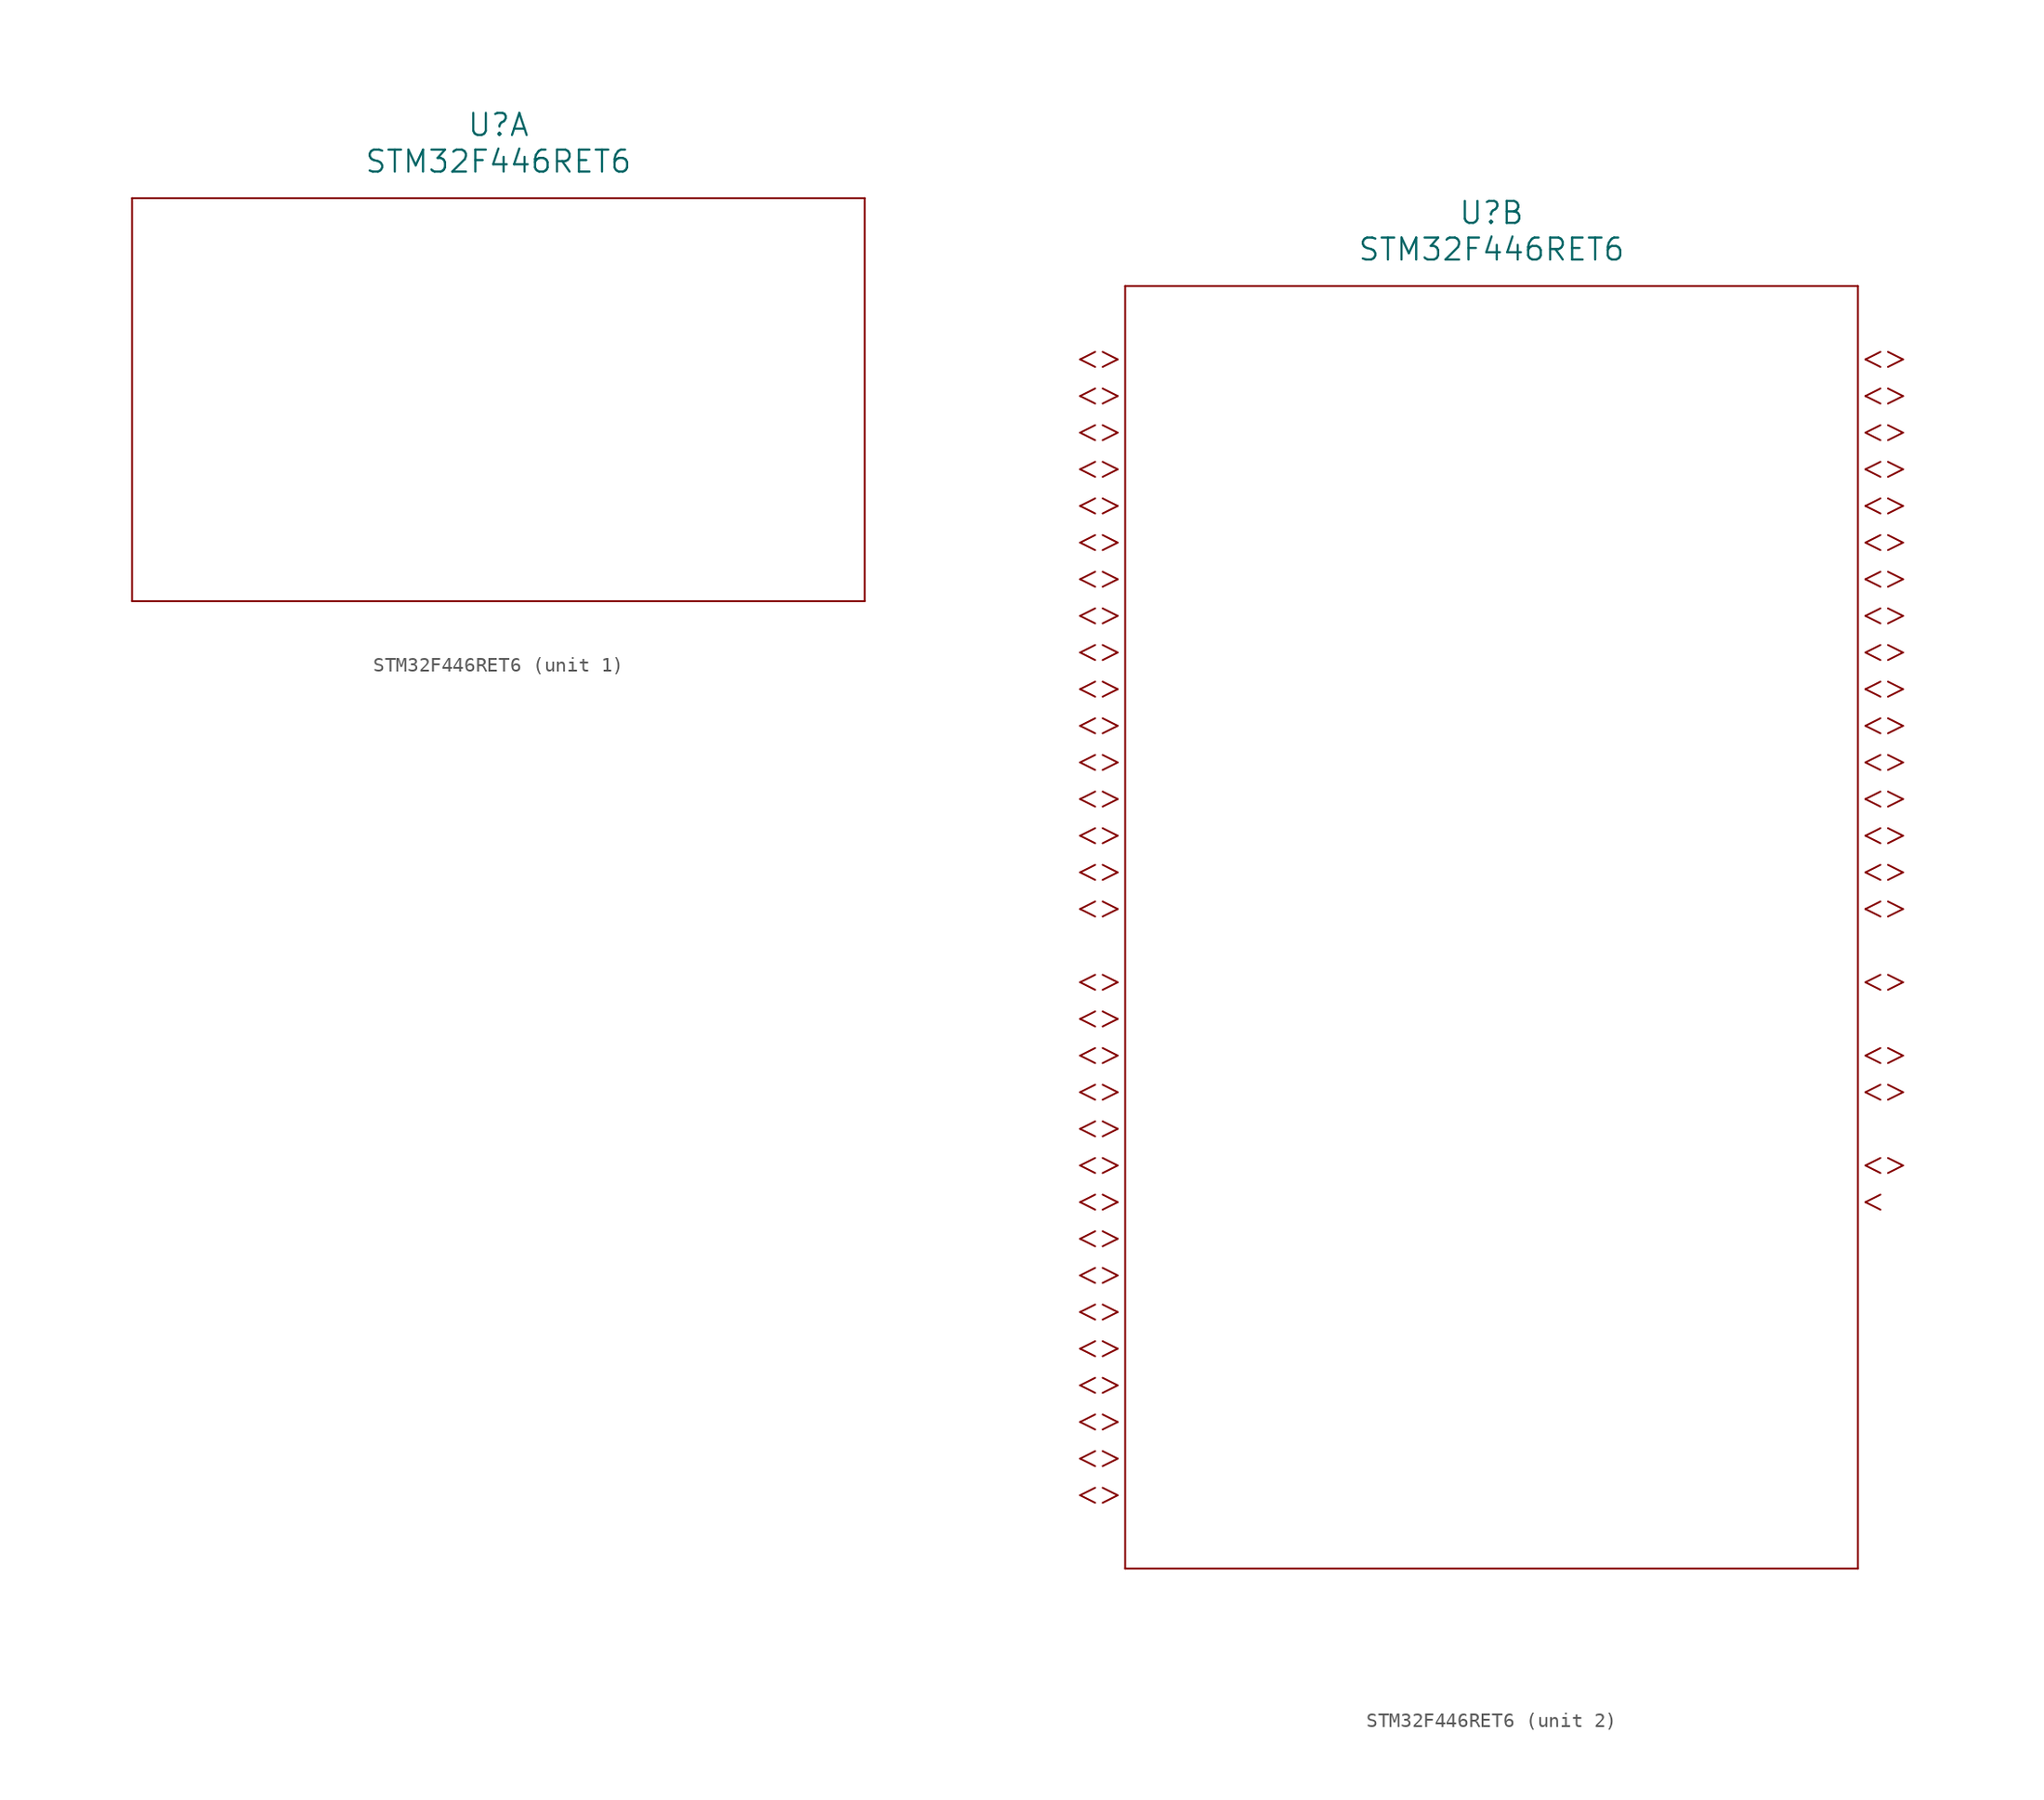
<source format=kicad_sym>
(kicad_symbol_lib
  (version 20211014)
  (generator kicad_symbol_editor)
  (symbol "STM32F446RET6"
    (pin_names
      (offset 0.254))
    (property "Reference" "U"
      (at 33.02 10.16 0)
      (effects (font (size 1.524 1.524))))
    (property "Value" "STM32F446RET6"
      (at 33.02 7.62 0)
      (effects (font (size 1.524 1.524))))
    (symbol "STM32F446RET6_1_1"
      (polyline (pts (xy 7.62 5.08) (xy 7.62 -22.86)) (stroke (width 0.127) (type default) (color 0 0 0 0)) (fill (type none)))
      (polyline (pts (xy 7.62 -22.86) (xy 58.42 -22.86)) (stroke (width 0.127) (type default) (color 0 0 0 0)) (fill (type none)))
      (polyline (pts (xy 58.42 -22.86) (xy 58.42 5.08)) (stroke (width 0.127) (type default) (color 0 0 0 0)) (fill (type none)))
      (polyline (pts (xy 58.42 5.08) (xy 7.62 5.08)) (stroke (width 0.127) (type default) (color 0 0 0 0)) (fill (type none))))
    (symbol "STM32F446RET6_2_1"
      (polyline (pts (xy 7.099 0) (xy 6.058 0.521)) (stroke (width 0.127) (type default) (color 0 0 0 0)) (fill (type none)))
      (polyline (pts (xy 7.099 0) (xy 6.058 -0.521)) (stroke (width 0.127) (type default) (color 0 0 0 0)) (fill (type none)))
      (polyline (pts (xy 5.537 0.521) (xy 4.496 0)) (stroke (width 0.127) (type default) (color 0 0 0 0)) (fill (type none)))
      (polyline (pts (xy 5.537 -0.521) (xy 4.496 0)) (stroke (width 0.127) (type default) (color 0 0 0 0)) (fill (type none)))
      (polyline (pts (xy 7.099 -2.54) (xy 6.058 -2.019)) (stroke (width 0.127) (type default) (color 0 0 0 0)) (fill (type none)))
      (polyline (pts (xy 7.099 -2.54) (xy 6.058 -3.061)) (stroke (width 0.127) (type default) (color 0 0 0 0)) (fill (type none)))
      (polyline (pts (xy 5.537 -2.019) (xy 4.496 -2.54)) (stroke (width 0.127) (type default) (color 0 0 0 0)) (fill (type none)))
      (polyline (pts (xy 5.537 -3.061) (xy 4.496 -2.54)) (stroke (width 0.127) (type default) (color 0 0 0 0)) (fill (type none)))
      (polyline (pts (xy 7.099 -5.08) (xy 6.058 -4.559)) (stroke (width 0.127) (type default) (color 0 0 0 0)) (fill (type none)))
      (polyline (pts (xy 7.099 -5.08) (xy 6.058 -5.601)) (stroke (width 0.127) (type default) (color 0 0 0 0)) (fill (type none)))
      (polyline (pts (xy 5.537 -4.559) (xy 4.496 -5.08)) (stroke (width 0.127) (type default) (color 0 0 0 0)) (fill (type none)))
      (polyline (pts (xy 5.537 -5.601) (xy 4.496 -5.08)) (stroke (width 0.127) (type default) (color 0 0 0 0)) (fill (type none)))
      (polyline (pts (xy 7.099 -7.62) (xy 6.058 -7.099)) (stroke (width 0.127) (type default) (color 0 0 0 0)) (fill (type none)))
      (polyline (pts (xy 7.099 -7.62) (xy 6.058 -8.141)) (stroke (width 0.127) (type default) (color 0 0 0 0)) (fill (type none)))
      (polyline (pts (xy 5.537 -7.099) (xy 4.496 -7.62)) (stroke (width 0.127) (type default) (color 0 0 0 0)) (fill (type none)))
      (polyline (pts (xy 5.537 -8.141) (xy 4.496 -7.62)) (stroke (width 0.127) (type default) (color 0 0 0 0)) (fill (type none)))
      (polyline (pts (xy 7.099 -10.16) (xy 6.058 -9.639)) (stroke (width 0.127) (type default) (color 0 0 0 0)) (fill (type none)))
      (polyline (pts (xy 7.099 -10.16) (xy 6.058 -10.681)) (stroke (width 0.127) (type default) (color 0 0 0 0)) (fill (type none)))
      (polyline (pts (xy 5.537 -9.639) (xy 4.496 -10.16)) (stroke (width 0.127) (type default) (color 0 0 0 0)) (fill (type none)))
      (polyline (pts (xy 5.537 -10.681) (xy 4.496 -10.16)) (stroke (width 0.127) (type default) (color 0 0 0 0)) (fill (type none)))
      (polyline (pts (xy 7.099 -12.7) (xy 6.058 -12.179)) (stroke (width 0.127) (type default) (color 0 0 0 0)) (fill (type none)))
      (polyline (pts (xy 7.099 -12.7) (xy 6.058 -13.221)) (stroke (width 0.127) (type default) (color 0 0 0 0)) (fill (type none)))
      (polyline (pts (xy 5.537 -12.179) (xy 4.496 -12.7)) (stroke (width 0.127) (type default) (color 0 0 0 0)) (fill (type none)))
      (polyline (pts (xy 5.537 -13.221) (xy 4.496 -12.7)) (stroke (width 0.127) (type default) (color 0 0 0 0)) (fill (type none)))
      (polyline (pts (xy 7.099 -15.24) (xy 6.058 -14.719)) (stroke (width 0.127) (type default) (color 0 0 0 0)) (fill (type none)))
      (polyline (pts (xy 7.099 -15.24) (xy 6.058 -15.761)) (stroke (width 0.127) (type default) (color 0 0 0 0)) (fill (type none)))
      (polyline (pts (xy 5.537 -14.719) (xy 4.496 -15.24)) (stroke (width 0.127) (type default) (color 0 0 0 0)) (fill (type none)))
      (polyline (pts (xy 5.537 -15.761) (xy 4.496 -15.24)) (stroke (width 0.127) (type default) (color 0 0 0 0)) (fill (type none)))
      (polyline (pts (xy 7.099 -17.78) (xy 6.058 -17.259)) (stroke (width 0.127) (type default) (color 0 0 0 0)) (fill (type none)))
      (polyline (pts (xy 7.099 -17.78) (xy 6.058 -18.301)) (stroke (width 0.127) (type default) (color 0 0 0 0)) (fill (type none)))
      (polyline (pts (xy 5.537 -17.259) (xy 4.496 -17.78)) (stroke (width 0.127) (type default) (color 0 0 0 0)) (fill (type none)))
      (polyline (pts (xy 5.537 -18.301) (xy 4.496 -17.78)) (stroke (width 0.127) (type default) (color 0 0 0 0)) (fill (type none)))
      (polyline (pts (xy 7.099 -20.32) (xy 6.058 -19.799)) (stroke (width 0.127) (type default) (color 0 0 0 0)) (fill (type none)))
      (polyline (pts (xy 7.099 -20.32) (xy 6.058 -20.841)) (stroke (width 0.127) (type default) (color 0 0 0 0)) (fill (type none)))
      (polyline (pts (xy 5.537 -19.799) (xy 4.496 -20.32)) (stroke (width 0.127) (type default) (color 0 0 0 0)) (fill (type none)))
      (polyline (pts (xy 5.537 -20.841) (xy 4.496 -20.32)) (stroke (width 0.127) (type default) (color 0 0 0 0)) (fill (type none)))
      (polyline (pts (xy 7.099 -22.86) (xy 6.058 -22.339)) (stroke (width 0.127) (type default) (color 0 0 0 0)) (fill (type none)))
      (polyline (pts (xy 7.099 -22.86) (xy 6.058 -23.381)) (stroke (width 0.127) (type default) (color 0 0 0 0)) (fill (type none)))
      (polyline (pts (xy 5.537 -22.339) (xy 4.496 -22.86)) (stroke (width 0.127) (type default) (color 0 0 0 0)) (fill (type none)))
      (polyline (pts (xy 5.537 -23.381) (xy 4.496 -22.86)) (stroke (width 0.127) (type default) (color 0 0 0 0)) (fill (type none)))
      (polyline (pts (xy 7.099 -25.4) (xy 6.058 -24.879)) (stroke (width 0.127) (type default) (color 0 0 0 0)) (fill (type none)))
      (polyline (pts (xy 7.099 -25.4) (xy 6.058 -25.921)) (stroke (width 0.127) (type default) (color 0 0 0 0)) (fill (type none)))
      (polyline (pts (xy 5.537 -24.879) (xy 4.496 -25.4)) (stroke (width 0.127) (type default) (color 0 0 0 0)) (fill (type none)))
      (polyline (pts (xy 5.537 -25.921) (xy 4.496 -25.4)) (stroke (width 0.127) (type default) (color 0 0 0 0)) (fill (type none)))
      (polyline (pts (xy 7.099 -27.94) (xy 6.058 -27.419)) (stroke (width 0.127) (type default) (color 0 0 0 0)) (fill (type none)))
      (polyline (pts (xy 7.099 -27.94) (xy 6.058 -28.461)) (stroke (width 0.127) (type default) (color 0 0 0 0)) (fill (type none)))
      (polyline (pts (xy 5.537 -27.419) (xy 4.496 -27.94)) (stroke (width 0.127) (type default) (color 0 0 0 0)) (fill (type none)))
      (polyline (pts (xy 5.537 -28.461) (xy 4.496 -27.94)) (stroke (width 0.127) (type default) (color 0 0 0 0)) (fill (type none)))
      (polyline (pts (xy 7.099 -30.48) (xy 6.058 -29.959)) (stroke (width 0.127) (type default) (color 0 0 0 0)) (fill (type none)))
      (polyline (pts (xy 7.099 -30.48) (xy 6.058 -31.001)) (stroke (width 0.127) (type default) (color 0 0 0 0)) (fill (type none)))
      (polyline (pts (xy 5.537 -29.959) (xy 4.496 -30.48)) (stroke (width 0.127) (type default) (color 0 0 0 0)) (fill (type none)))
      (polyline (pts (xy 5.537 -31.001) (xy 4.496 -30.48)) (stroke (width 0.127) (type default) (color 0 0 0 0)) (fill (type none)))
      (polyline (pts (xy 7.099 -33.02) (xy 6.058 -32.499)) (stroke (width 0.127) (type default) (color 0 0 0 0)) (fill (type none)))
      (polyline (pts (xy 7.099 -33.02) (xy 6.058 -33.541)) (stroke (width 0.127) (type default) (color 0 0 0 0)) (fill (type none)))
      (polyline (pts (xy 5.537 -32.499) (xy 4.496 -33.02)) (stroke (width 0.127) (type default) (color 0 0 0 0)) (fill (type none)))
      (polyline (pts (xy 5.537 -33.541) (xy 4.496 -33.02)) (stroke (width 0.127) (type default) (color 0 0 0 0)) (fill (type none)))
      (polyline (pts (xy 7.099 -35.56) (xy 6.058 -35.039)) (stroke (width 0.127) (type default) (color 0 0 0 0)) (fill (type none)))
      (polyline (pts (xy 7.099 -35.56) (xy 6.058 -36.081)) (stroke (width 0.127) (type default) (color 0 0 0 0)) (fill (type none)))
      (polyline (pts (xy 5.537 -35.039) (xy 4.496 -35.56)) (stroke (width 0.127) (type default) (color 0 0 0 0)) (fill (type none)))
      (polyline (pts (xy 5.537 -36.081) (xy 4.496 -35.56)) (stroke (width 0.127) (type default) (color 0 0 0 0)) (fill (type none)))
      (polyline (pts (xy 7.099 -38.1) (xy 6.058 -37.579)) (stroke (width 0.127) (type default) (color 0 0 0 0)) (fill (type none)))
      (polyline (pts (xy 7.099 -38.1) (xy 6.058 -38.621)) (stroke (width 0.127) (type default) (color 0 0 0 0)) (fill (type none)))
      (polyline (pts (xy 5.537 -37.579) (xy 4.496 -38.1)) (stroke (width 0.127) (type default) (color 0 0 0 0)) (fill (type none)))
      (polyline (pts (xy 5.537 -38.621) (xy 4.496 -38.1)) (stroke (width 0.127) (type default) (color 0 0 0 0)) (fill (type none)))
      (polyline (pts (xy 7.099 -43.18) (xy 6.058 -42.659)) (stroke (width 0.127) (type default) (color 0 0 0 0)) (fill (type none)))
      (polyline (pts (xy 7.099 -43.18) (xy 6.058 -43.701)) (stroke (width 0.127) (type default) (color 0 0 0 0)) (fill (type none)))
      (polyline (pts (xy 5.537 -42.659) (xy 4.496 -43.18)) (stroke (width 0.127) (type default) (color 0 0 0 0)) (fill (type none)))
      (polyline (pts (xy 5.537 -43.701) (xy 4.496 -43.18)) (stroke (width 0.127) (type default) (color 0 0 0 0)) (fill (type none)))
      (polyline (pts (xy 7.099 -45.72) (xy 6.058 -45.199)) (stroke (width 0.127) (type default) (color 0 0 0 0)) (fill (type none)))
      (polyline (pts (xy 7.099 -45.72) (xy 6.058 -46.241)) (stroke (width 0.127) (type default) (color 0 0 0 0)) (fill (type none)))
      (polyline (pts (xy 5.537 -45.199) (xy 4.496 -45.72)) (stroke (width 0.127) (type default) (color 0 0 0 0)) (fill (type none)))
      (polyline (pts (xy 5.537 -46.241) (xy 4.496 -45.72)) (stroke (width 0.127) (type default) (color 0 0 0 0)) (fill (type none)))
      (polyline (pts (xy 7.099 -48.26) (xy 6.058 -47.739)) (stroke (width 0.127) (type default) (color 0 0 0 0)) (fill (type none)))
      (polyline (pts (xy 7.099 -48.26) (xy 6.058 -48.781)) (stroke (width 0.127) (type default) (color 0 0 0 0)) (fill (type none)))
      (polyline (pts (xy 5.537 -47.739) (xy 4.496 -48.26)) (stroke (width 0.127) (type default) (color 0 0 0 0)) (fill (type none)))
      (polyline (pts (xy 5.537 -48.781) (xy 4.496 -48.26)) (stroke (width 0.127) (type default) (color 0 0 0 0)) (fill (type none)))
      (polyline (pts (xy 7.099 -50.8) (xy 6.058 -50.279)) (stroke (width 0.127) (type default) (color 0 0 0 0)) (fill (type none)))
      (polyline (pts (xy 7.099 -50.8) (xy 6.058 -51.321)) (stroke (width 0.127) (type default) (color 0 0 0 0)) (fill (type none)))
      (polyline (pts (xy 5.537 -50.279) (xy 4.496 -50.8)) (stroke (width 0.127) (type default) (color 0 0 0 0)) (fill (type none)))
      (polyline (pts (xy 5.537 -51.321) (xy 4.496 -50.8)) (stroke (width 0.127) (type default) (color 0 0 0 0)) (fill (type none)))
      (polyline (pts (xy 7.099 -53.34) (xy 6.058 -52.819)) (stroke (width 0.127) (type default) (color 0 0 0 0)) (fill (type none)))
      (polyline (pts (xy 7.099 -53.34) (xy 6.058 -53.861)) (stroke (width 0.127) (type default) (color 0 0 0 0)) (fill (type none)))
      (polyline (pts (xy 5.537 -52.819) (xy 4.496 -53.34)) (stroke (width 0.127) (type default) (color 0 0 0 0)) (fill (type none)))
      (polyline (pts (xy 5.537 -53.861) (xy 4.496 -53.34)) (stroke (width 0.127) (type default) (color 0 0 0 0)) (fill (type none)))
      (polyline (pts (xy 7.099 -55.88) (xy 6.058 -55.359)) (stroke (width 0.127) (type default) (color 0 0 0 0)) (fill (type none)))
      (polyline (pts (xy 7.099 -55.88) (xy 6.058 -56.401)) (stroke (width 0.127) (type default) (color 0 0 0 0)) (fill (type none)))
      (polyline (pts (xy 5.537 -55.359) (xy 4.496 -55.88)) (stroke (width 0.127) (type default) (color 0 0 0 0)) (fill (type none)))
      (polyline (pts (xy 5.537 -56.401) (xy 4.496 -55.88)) (stroke (width 0.127) (type default) (color 0 0 0 0)) (fill (type none)))
      (polyline (pts (xy 7.099 -58.42) (xy 6.058 -57.899)) (stroke (width 0.127) (type default) (color 0 0 0 0)) (fill (type none)))
      (polyline (pts (xy 7.099 -58.42) (xy 6.058 -58.941)) (stroke (width 0.127) (type default) (color 0 0 0 0)) (fill (type none)))
      (polyline (pts (xy 5.537 -57.899) (xy 4.496 -58.42)) (stroke (width 0.127) (type default) (color 0 0 0 0)) (fill (type none)))
      (polyline (pts (xy 5.537 -58.941) (xy 4.496 -58.42)) (stroke (width 0.127) (type default) (color 0 0 0 0)) (fill (type none)))
      (polyline (pts (xy 7.099 -60.96) (xy 6.058 -60.439)) (stroke (width 0.127) (type default) (color 0 0 0 0)) (fill (type none)))
      (polyline (pts (xy 7.099 -60.96) (xy 6.058 -61.481)) (stroke (width 0.127) (type default) (color 0 0 0 0)) (fill (type none)))
      (polyline (pts (xy 5.537 -60.439) (xy 4.496 -60.96)) (stroke (width 0.127) (type default) (color 0 0 0 0)) (fill (type none)))
      (polyline (pts (xy 5.537 -61.481) (xy 4.496 -60.96)) (stroke (width 0.127) (type default) (color 0 0 0 0)) (fill (type none)))
      (polyline (pts (xy 7.099 -63.5) (xy 6.058 -62.979)) (stroke (width 0.127) (type default) (color 0 0 0 0)) (fill (type none)))
      (polyline (pts (xy 7.099 -63.5) (xy 6.058 -64.021)) (stroke (width 0.127) (type default) (color 0 0 0 0)) (fill (type none)))
      (polyline (pts (xy 5.537 -62.979) (xy 4.496 -63.5)) (stroke (width 0.127) (type default) (color 0 0 0 0)) (fill (type none)))
      (polyline (pts (xy 5.537 -64.021) (xy 4.496 -63.5)) (stroke (width 0.127) (type default) (color 0 0 0 0)) (fill (type none)))
      (polyline (pts (xy 7.099 -66.04) (xy 6.058 -65.519)) (stroke (width 0.127) (type default) (color 0 0 0 0)) (fill (type none)))
      (polyline (pts (xy 7.099 -66.04) (xy 6.058 -66.561)) (stroke (width 0.127) (type default) (color 0 0 0 0)) (fill (type none)))
      (polyline (pts (xy 5.537 -65.519) (xy 4.496 -66.04)) (stroke (width 0.127) (type default) (color 0 0 0 0)) (fill (type none)))
      (polyline (pts (xy 5.537 -66.561) (xy 4.496 -66.04)) (stroke (width 0.127) (type default) (color 0 0 0 0)) (fill (type none)))
      (polyline (pts (xy 7.099 -68.58) (xy 6.058 -68.059)) (stroke (width 0.127) (type default) (color 0 0 0 0)) (fill (type none)))
      (polyline (pts (xy 7.099 -68.58) (xy 6.058 -69.101)) (stroke (width 0.127) (type default) (color 0 0 0 0)) (fill (type none)))
      (polyline (pts (xy 5.537 -68.059) (xy 4.496 -68.58)) (stroke (width 0.127) (type default) (color 0 0 0 0)) (fill (type none)))
      (polyline (pts (xy 5.537 -69.101) (xy 4.496 -68.58)) (stroke (width 0.127) (type default) (color 0 0 0 0)) (fill (type none)))
      (polyline (pts (xy 7.099 -71.12) (xy 6.058 -70.599)) (stroke (width 0.127) (type default) (color 0 0 0 0)) (fill (type none)))
      (polyline (pts (xy 7.099 -71.12) (xy 6.058 -71.641)) (stroke (width 0.127) (type default) (color 0 0 0 0)) (fill (type none)))
      (polyline (pts (xy 5.537 -70.599) (xy 4.496 -71.12)) (stroke (width 0.127) (type default) (color 0 0 0 0)) (fill (type none)))
      (polyline (pts (xy 5.537 -71.641) (xy 4.496 -71.12)) (stroke (width 0.127) (type default) (color 0 0 0 0)) (fill (type none)))
      (polyline (pts (xy 7.099 -73.66) (xy 6.058 -73.139)) (stroke (width 0.127) (type default) (color 0 0 0 0)) (fill (type none)))
      (polyline (pts (xy 7.099 -73.66) (xy 6.058 -74.181)) (stroke (width 0.127) (type default) (color 0 0 0 0)) (fill (type none)))
      (polyline (pts (xy 5.537 -73.139) (xy 4.496 -73.66)) (stroke (width 0.127) (type default) (color 0 0 0 0)) (fill (type none)))
      (polyline (pts (xy 5.537 -74.181) (xy 4.496 -73.66)) (stroke (width 0.127) (type default) (color 0 0 0 0)) (fill (type none)))
      (polyline (pts (xy 7.099 -76.2) (xy 6.058 -75.679)) (stroke (width 0.127) (type default) (color 0 0 0 0)) (fill (type none)))
      (polyline (pts (xy 7.099 -76.2) (xy 6.058 -76.721)) (stroke (width 0.127) (type default) (color 0 0 0 0)) (fill (type none)))
      (polyline (pts (xy 5.537 -75.679) (xy 4.496 -76.2)) (stroke (width 0.127) (type default) (color 0 0 0 0)) (fill (type none)))
      (polyline (pts (xy 5.537 -76.721) (xy 4.496 -76.2)) (stroke (width 0.127) (type default) (color 0 0 0 0)) (fill (type none)))
      (polyline (pts (xy 7.099 -78.74) (xy 6.058 -78.219)) (stroke (width 0.127) (type default) (color 0 0 0 0)) (fill (type none)))
      (polyline (pts (xy 7.099 -78.74) (xy 6.058 -79.261)) (stroke (width 0.127) (type default) (color 0 0 0 0)) (fill (type none)))
      (polyline (pts (xy 5.537 -78.219) (xy 4.496 -78.74)) (stroke (width 0.127) (type default) (color 0 0 0 0)) (fill (type none)))
      (polyline (pts (xy 5.537 -79.261) (xy 4.496 -78.74)) (stroke (width 0.127) (type default) (color 0 0 0 0)) (fill (type none)))
      (polyline (pts (xy 58.941 0) (xy 59.982 0.521)) (stroke (width 0.127) (type default) (color 0 0 0 0)) (fill (type none)))
      (polyline (pts (xy 58.941 0) (xy 59.982 -0.521)) (stroke (width 0.127) (type default) (color 0 0 0 0)) (fill (type none)))
      (polyline (pts (xy 60.503 0.521) (xy 61.544 0)) (stroke (width 0.127) (type default) (color 0 0 0 0)) (fill (type none)))
      (polyline (pts (xy 60.503 -0.521) (xy 61.544 0)) (stroke (width 0.127) (type default) (color 0 0 0 0)) (fill (type none)))
      (polyline (pts (xy 58.941 -2.54) (xy 59.982 -2.019)) (stroke (width 0.127) (type default) (color 0 0 0 0)) (fill (type none)))
      (polyline (pts (xy 58.941 -2.54) (xy 59.982 -3.061)) (stroke (width 0.127) (type default) (color 0 0 0 0)) (fill (type none)))
      (polyline (pts (xy 60.503 -2.019) (xy 61.544 -2.54)) (stroke (width 0.127) (type default) (color 0 0 0 0)) (fill (type none)))
      (polyline (pts (xy 60.503 -3.061) (xy 61.544 -2.54)) (stroke (width 0.127) (type default) (color 0 0 0 0)) (fill (type none)))
      (polyline (pts (xy 58.941 -5.08) (xy 59.982 -4.559)) (stroke (width 0.127) (type default) (color 0 0 0 0)) (fill (type none)))
      (polyline (pts (xy 58.941 -5.08) (xy 59.982 -5.601)) (stroke (width 0.127) (type default) (color 0 0 0 0)) (fill (type none)))
      (polyline (pts (xy 60.503 -4.559) (xy 61.544 -5.08)) (stroke (width 0.127) (type default) (color 0 0 0 0)) (fill (type none)))
      (polyline (pts (xy 60.503 -5.601) (xy 61.544 -5.08)) (stroke (width 0.127) (type default) (color 0 0 0 0)) (fill (type none)))
      (polyline (pts (xy 58.941 -7.62) (xy 59.982 -7.099)) (stroke (width 0.127) (type default) (color 0 0 0 0)) (fill (type none)))
      (polyline (pts (xy 58.941 -7.62) (xy 59.982 -8.141)) (stroke (width 0.127) (type default) (color 0 0 0 0)) (fill (type none)))
      (polyline (pts (xy 60.503 -7.099) (xy 61.544 -7.62)) (stroke (width 0.127) (type default) (color 0 0 0 0)) (fill (type none)))
      (polyline (pts (xy 60.503 -8.141) (xy 61.544 -7.62)) (stroke (width 0.127) (type default) (color 0 0 0 0)) (fill (type none)))
      (polyline (pts (xy 58.941 -10.16) (xy 59.982 -9.639)) (stroke (width 0.127) (type default) (color 0 0 0 0)) (fill (type none)))
      (polyline (pts (xy 58.941 -10.16) (xy 59.982 -10.681)) (stroke (width 0.127) (type default) (color 0 0 0 0)) (fill (type none)))
      (polyline (pts (xy 60.503 -9.639) (xy 61.544 -10.16)) (stroke (width 0.127) (type default) (color 0 0 0 0)) (fill (type none)))
      (polyline (pts (xy 60.503 -10.681) (xy 61.544 -10.16)) (stroke (width 0.127) (type default) (color 0 0 0 0)) (fill (type none)))
      (polyline (pts (xy 58.941 -12.7) (xy 59.982 -12.179)) (stroke (width 0.127) (type default) (color 0 0 0 0)) (fill (type none)))
      (polyline (pts (xy 58.941 -12.7) (xy 59.982 -13.221)) (stroke (width 0.127) (type default) (color 0 0 0 0)) (fill (type none)))
      (polyline (pts (xy 60.503 -12.179) (xy 61.544 -12.7)) (stroke (width 0.127) (type default) (color 0 0 0 0)) (fill (type none)))
      (polyline (pts (xy 60.503 -13.221) (xy 61.544 -12.7)) (stroke (width 0.127) (type default) (color 0 0 0 0)) (fill (type none)))
      (polyline (pts (xy 58.941 -15.24) (xy 59.982 -14.719)) (stroke (width 0.127) (type default) (color 0 0 0 0)) (fill (type none)))
      (polyline (pts (xy 58.941 -15.24) (xy 59.982 -15.761)) (stroke (width 0.127) (type default) (color 0 0 0 0)) (fill (type none)))
      (polyline (pts (xy 60.503 -14.719) (xy 61.544 -15.24)) (stroke (width 0.127) (type default) (color 0 0 0 0)) (fill (type none)))
      (polyline (pts (xy 60.503 -15.761) (xy 61.544 -15.24)) (stroke (width 0.127) (type default) (color 0 0 0 0)) (fill (type none)))
      (polyline (pts (xy 58.941 -17.78) (xy 59.982 -17.259)) (stroke (width 0.127) (type default) (color 0 0 0 0)) (fill (type none)))
      (polyline (pts (xy 58.941 -17.78) (xy 59.982 -18.301)) (stroke (width 0.127) (type default) (color 0 0 0 0)) (fill (type none)))
      (polyline (pts (xy 60.503 -17.259) (xy 61.544 -17.78)) (stroke (width 0.127) (type default) (color 0 0 0 0)) (fill (type none)))
      (polyline (pts (xy 60.503 -18.301) (xy 61.544 -17.78)) (stroke (width 0.127) (type default) (color 0 0 0 0)) (fill (type none)))
      (polyline (pts (xy 58.941 -20.32) (xy 59.982 -19.799)) (stroke (width 0.127) (type default) (color 0 0 0 0)) (fill (type none)))
      (polyline (pts (xy 58.941 -20.32) (xy 59.982 -20.841)) (stroke (width 0.127) (type default) (color 0 0 0 0)) (fill (type none)))
      (polyline (pts (xy 60.503 -19.799) (xy 61.544 -20.32)) (stroke (width 0.127) (type default) (color 0 0 0 0)) (fill (type none)))
      (polyline (pts (xy 60.503 -20.841) (xy 61.544 -20.32)) (stroke (width 0.127) (type default) (color 0 0 0 0)) (fill (type none)))
      (polyline (pts (xy 58.941 -22.86) (xy 59.982 -22.339)) (stroke (width 0.127) (type default) (color 0 0 0 0)) (fill (type none)))
      (polyline (pts (xy 58.941 -22.86) (xy 59.982 -23.381)) (stroke (width 0.127) (type default) (color 0 0 0 0)) (fill (type none)))
      (polyline (pts (xy 60.503 -22.339) (xy 61.544 -22.86)) (stroke (width 0.127) (type default) (color 0 0 0 0)) (fill (type none)))
      (polyline (pts (xy 60.503 -23.381) (xy 61.544 -22.86)) (stroke (width 0.127) (type default) (color 0 0 0 0)) (fill (type none)))
      (polyline (pts (xy 58.941 -25.4) (xy 59.982 -24.879)) (stroke (width 0.127) (type default) (color 0 0 0 0)) (fill (type none)))
      (polyline (pts (xy 58.941 -25.4) (xy 59.982 -25.921)) (stroke (width 0.127) (type default) (color 0 0 0 0)) (fill (type none)))
      (polyline (pts (xy 60.503 -24.879) (xy 61.544 -25.4)) (stroke (width 0.127) (type default) (color 0 0 0 0)) (fill (type none)))
      (polyline (pts (xy 60.503 -25.921) (xy 61.544 -25.4)) (stroke (width 0.127) (type default) (color 0 0 0 0)) (fill (type none)))
      (polyline (pts (xy 58.941 -27.94) (xy 59.982 -27.419)) (stroke (width 0.127) (type default) (color 0 0 0 0)) (fill (type none)))
      (polyline (pts (xy 58.941 -27.94) (xy 59.982 -28.461)) (stroke (width 0.127) (type default) (color 0 0 0 0)) (fill (type none)))
      (polyline (pts (xy 60.503 -27.419) (xy 61.544 -27.94)) (stroke (width 0.127) (type default) (color 0 0 0 0)) (fill (type none)))
      (polyline (pts (xy 60.503 -28.461) (xy 61.544 -27.94)) (stroke (width 0.127) (type default) (color 0 0 0 0)) (fill (type none)))
      (polyline (pts (xy 58.941 -30.48) (xy 59.982 -29.959)) (stroke (width 0.127) (type default) (color 0 0 0 0)) (fill (type none)))
      (polyline (pts (xy 58.941 -30.48) (xy 59.982 -31.001)) (stroke (width 0.127) (type default) (color 0 0 0 0)) (fill (type none)))
      (polyline (pts (xy 60.503 -29.959) (xy 61.544 -30.48)) (stroke (width 0.127) (type default) (color 0 0 0 0)) (fill (type none)))
      (polyline (pts (xy 60.503 -31.001) (xy 61.544 -30.48)) (stroke (width 0.127) (type default) (color 0 0 0 0)) (fill (type none)))
      (polyline (pts (xy 58.941 -33.02) (xy 59.982 -32.499)) (stroke (width 0.127) (type default) (color 0 0 0 0)) (fill (type none)))
      (polyline (pts (xy 58.941 -33.02) (xy 59.982 -33.541)) (stroke (width 0.127) (type default) (color 0 0 0 0)) (fill (type none)))
      (polyline (pts (xy 60.503 -32.499) (xy 61.544 -33.02)) (stroke (width 0.127) (type default) (color 0 0 0 0)) (fill (type none)))
      (polyline (pts (xy 60.503 -33.541) (xy 61.544 -33.02)) (stroke (width 0.127) (type default) (color 0 0 0 0)) (fill (type none)))
      (polyline (pts (xy 58.941 -35.56) (xy 59.982 -35.039)) (stroke (width 0.127) (type default) (color 0 0 0 0)) (fill (type none)))
      (polyline (pts (xy 58.941 -35.56) (xy 59.982 -36.081)) (stroke (width 0.127) (type default) (color 0 0 0 0)) (fill (type none)))
      (polyline (pts (xy 60.503 -35.039) (xy 61.544 -35.56)) (stroke (width 0.127) (type default) (color 0 0 0 0)) (fill (type none)))
      (polyline (pts (xy 60.503 -36.081) (xy 61.544 -35.56)) (stroke (width 0.127) (type default) (color 0 0 0 0)) (fill (type none)))
      (polyline (pts (xy 58.941 -38.1) (xy 59.982 -37.579)) (stroke (width 0.127) (type default) (color 0 0 0 0)) (fill (type none)))
      (polyline (pts (xy 58.941 -38.1) (xy 59.982 -38.621)) (stroke (width 0.127) (type default) (color 0 0 0 0)) (fill (type none)))
      (polyline (pts (xy 60.503 -37.579) (xy 61.544 -38.1)) (stroke (width 0.127) (type default) (color 0 0 0 0)) (fill (type none)))
      (polyline (pts (xy 60.503 -38.621) (xy 61.544 -38.1)) (stroke (width 0.127) (type default) (color 0 0 0 0)) (fill (type none)))
      (polyline (pts (xy 58.941 -43.18) (xy 59.982 -42.659)) (stroke (width 0.127) (type default) (color 0 0 0 0)) (fill (type none)))
      (polyline (pts (xy 58.941 -43.18) (xy 59.982 -43.701)) (stroke (width 0.127) (type default) (color 0 0 0 0)) (fill (type none)))
      (polyline (pts (xy 60.503 -42.659) (xy 61.544 -43.18)) (stroke (width 0.127) (type default) (color 0 0 0 0)) (fill (type none)))
      (polyline (pts (xy 60.503 -43.701) (xy 61.544 -43.18)) (stroke (width 0.127) (type default) (color 0 0 0 0)) (fill (type none)))
      (polyline (pts (xy 58.941 -48.26) (xy 59.982 -47.739)) (stroke (width 0.127) (type default) (color 0 0 0 0)) (fill (type none)))
      (polyline (pts (xy 58.941 -48.26) (xy 59.982 -48.781)) (stroke (width 0.127) (type default) (color 0 0 0 0)) (fill (type none)))
      (polyline (pts (xy 60.503 -47.739) (xy 61.544 -48.26)) (stroke (width 0.127) (type default) (color 0 0 0 0)) (fill (type none)))
      (polyline (pts (xy 60.503 -48.781) (xy 61.544 -48.26)) (stroke (width 0.127) (type default) (color 0 0 0 0)) (fill (type none)))
      (polyline (pts (xy 58.941 -50.8) (xy 59.982 -50.279)) (stroke (width 0.127) (type default) (color 0 0 0 0)) (fill (type none)))
      (polyline (pts (xy 58.941 -50.8) (xy 59.982 -51.321)) (stroke (width 0.127) (type default) (color 0 0 0 0)) (fill (type none)))
      (polyline (pts (xy 60.503 -50.279) (xy 61.544 -50.8)) (stroke (width 0.127) (type default) (color 0 0 0 0)) (fill (type none)))
      (polyline (pts (xy 60.503 -51.321) (xy 61.544 -50.8)) (stroke (width 0.127) (type default) (color 0 0 0 0)) (fill (type none)))
      (polyline (pts (xy 58.941 -55.88) (xy 59.982 -55.359)) (stroke (width 0.127) (type default) (color 0 0 0 0)) (fill (type none)))
      (polyline (pts (xy 58.941 -55.88) (xy 59.982 -56.401)) (stroke (width 0.127) (type default) (color 0 0 0 0)) (fill (type none)))
      (polyline (pts (xy 60.503 -55.359) (xy 61.544 -55.88)) (stroke (width 0.127) (type default) (color 0 0 0 0)) (fill (type none)))
      (polyline (pts (xy 60.503 -56.401) (xy 61.544 -55.88)) (stroke (width 0.127) (type default) (color 0 0 0 0)) (fill (type none)))
      (polyline (pts (xy 58.941 -58.42) (xy 59.982 -57.899)) (stroke (width 0.127) (type default) (color 0 0 0 0)) (fill (type none)))
      (polyline (pts (xy 58.941 -58.42) (xy 59.982 -58.941)) (stroke (width 0.127) (type default) (color 0 0 0 0)) (fill (type none)))
      (polyline (pts (xy 7.62 5.08) (xy 7.62 -83.82)) (stroke (width 0.127) (type default) (color 0 0 0 0)) (fill (type none)))
      (polyline (pts (xy 7.62 -83.82) (xy 58.42 -83.82)) (stroke (width 0.127) (type default) (color 0 0 0 0)) (fill (type none)))
      (polyline (pts (xy 58.42 -83.82) (xy 58.42 5.08)) (stroke (width 0.127) (type default) (color 0 0 0 0)) (fill (type none)))
      (polyline (pts (xy 58.42 5.08) (xy 7.62 5.08)) (stroke (width 0.127) (type default) (color 0 0 0 0)) (fill (type none))))))
</source>
